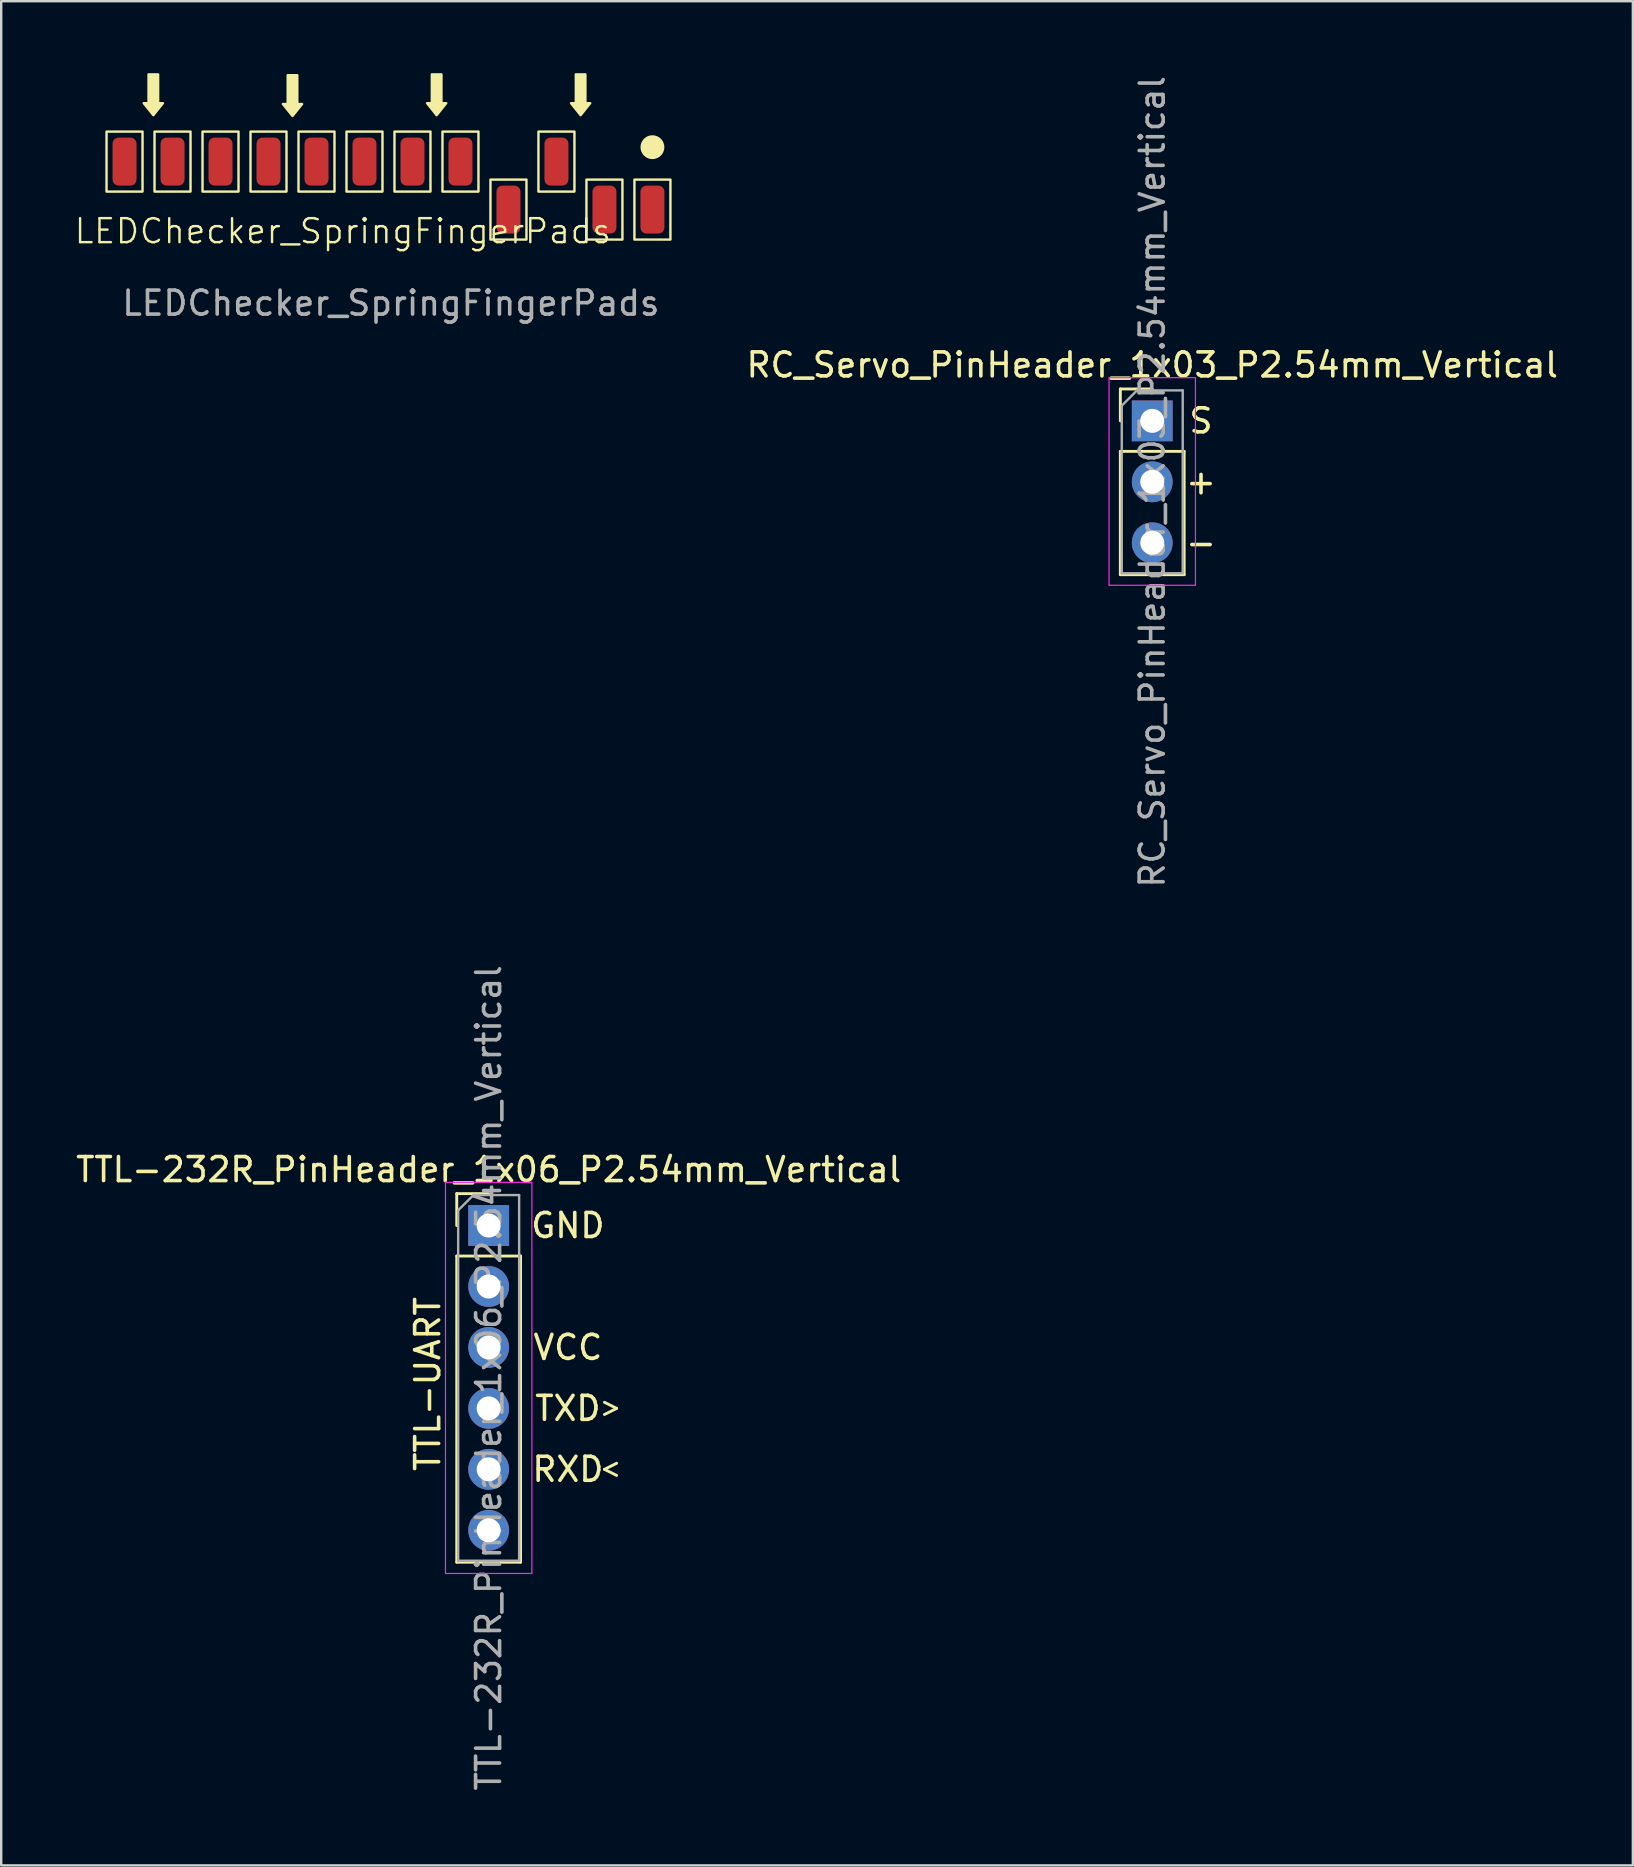
<source format=kicad_pcb>
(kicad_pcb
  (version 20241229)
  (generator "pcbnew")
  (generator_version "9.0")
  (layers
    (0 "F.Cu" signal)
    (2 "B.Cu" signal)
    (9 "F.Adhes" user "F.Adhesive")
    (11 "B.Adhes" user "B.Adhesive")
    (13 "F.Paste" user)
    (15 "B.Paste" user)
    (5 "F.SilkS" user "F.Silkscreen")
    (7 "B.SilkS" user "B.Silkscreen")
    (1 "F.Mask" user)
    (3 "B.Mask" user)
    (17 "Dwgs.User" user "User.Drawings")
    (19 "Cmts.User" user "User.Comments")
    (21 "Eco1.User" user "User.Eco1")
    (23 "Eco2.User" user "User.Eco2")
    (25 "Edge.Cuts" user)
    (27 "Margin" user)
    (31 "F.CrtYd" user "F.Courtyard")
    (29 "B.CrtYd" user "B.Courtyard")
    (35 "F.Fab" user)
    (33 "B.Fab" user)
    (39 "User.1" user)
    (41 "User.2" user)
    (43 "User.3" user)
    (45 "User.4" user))
  (footprint "RC_Servo_PinHeader_1x03_P2.54mm_Vertical"
    (layer "F.Cu")
    (at 44.97 14.49)
    (property "Reference" "RC_Servo_PinHeader_1x03_P2.54mm_Vertical" (at 0 -2.33 0) (layer "F.SilkS") (effects (font (size 1 1) (thickness 0.15))))
    (attr through_hole)
    (fp_line (start -1.33 -1.33) (end 0 -1.33) (stroke (width 0.12) (type solid)) (layer "F.SilkS"))
    (fp_line (start -1.33 0) (end -1.33 -1.33) (stroke (width 0.12) (type solid)) (layer "F.SilkS"))
    (fp_line (start -1.33 1.27) (end -1.33 6.41) (stroke (width 0.12) (type solid)) (layer "F.SilkS"))
    (fp_line (start -1.33 1.27) (end 1.33 1.27) (stroke (width 0.12) (type solid)) (layer "F.SilkS"))
    (fp_line (start -1.33 6.41) (end 1.33 6.41) (stroke (width 0.12) (type solid)) (layer "F.SilkS"))
    (fp_line (start 1.33 1.27) (end 1.33 6.41) (stroke (width 0.12) (type solid)) (layer "F.SilkS"))
    (fp_line (start -1.8 -1.8) (end -1.8 6.85) (stroke (width 0.05) (type solid)) (layer "F.CrtYd"))
    (fp_line (start -1.8 6.85) (end 1.8 6.85) (stroke (width 0.05) (type solid)) (layer "F.CrtYd"))
    (fp_line (start 1.8 -1.8) (end -1.8 -1.8) (stroke (width 0.05) (type solid)) (layer "F.CrtYd"))
    (fp_line (start 1.8 6.85) (end 1.8 -1.8) (stroke (width 0.05) (type solid)) (layer "F.CrtYd"))
    (fp_line (start -1.27 -0.635) (end -0.635 -1.27) (stroke (width 0.1) (type solid)) (layer "F.Fab"))
    (fp_line (start -1.27 6.35) (end -1.27 -0.635) (stroke (width 0.1) (type solid)) (layer "F.Fab"))
    (fp_line (start -0.635 -1.27) (end 1.27 -1.27) (stroke (width 0.1) (type solid)) (layer "F.Fab"))
    (fp_line (start 1.27 -1.27) (end 1.27 6.35) (stroke (width 0.1) (type solid)) (layer "F.Fab"))
    (fp_line (start 1.27 6.35) (end -1.27 6.35) (stroke (width 0.1) (type solid)) (layer "F.Fab"))
    (fp_text user "S" (at 2.032 0 0) (unlocked yes) (layer "F.SilkS") (effects (font (size 1 1) (thickness 0.15))))
    (fp_text user "+" (at 2.032 2.54 0) (unlocked yes) (layer "F.SilkS") (effects (font (size 1 1) (thickness 0.15))))
    (fp_text user "-" (at 2.032 5.08 0) (unlocked yes) (layer "F.SilkS") (effects (font (size 1 1) (thickness 0.15))))
    (fp_text user "${REFERENCE}" (at 0 2.54 90) (layer "F.Fab") (effects (font (size 1 1) (thickness 0.15))))
    (pad "1" thru_hole rect (at 0 0) (size 1.7 1.7) (drill 1) (layers "*.Cu" "*.Mask"))
    (pad "2" thru_hole oval (at 0 2.54) (size 1.7 1.7) (drill 1) (layers "*.Cu" "*.Mask"))
    (pad "3" thru_hole oval (at 0 5.08) (size 1.7 1.7) (drill 1) (layers "*.Cu" "*.Mask")))
  (footprint "TTL-232R_PinHeader_1x06_P2.54mm_Vertical"
    (layer "F.Cu")
    (at 17.315 48.025)
    (property "Reference" "TTL-232R_PinHeader_1x06_P2.54mm_Vertical" (at 0 -2.33 0) (layer "F.SilkS") (effects (font (size 1 1) (thickness 0.15))))
    (attr through_hole)
    (fp_line (start -1.33 -1.33) (end 0 -1.33) (stroke (width 0.12) (type solid)) (layer "F.SilkS"))
    (fp_line (start -1.33 0) (end -1.33 -1.33) (stroke (width 0.12) (type solid)) (layer "F.SilkS"))
    (fp_line (start -1.33 1.27) (end -1.33 14.03) (stroke (width 0.12) (type solid)) (layer "F.SilkS"))
    (fp_line (start -1.33 1.27) (end 1.33 1.27) (stroke (width 0.12) (type solid)) (layer "F.SilkS"))
    (fp_line (start -1.33 14.03) (end 1.33 14.03) (stroke (width 0.12) (type solid)) (layer "F.SilkS"))
    (fp_line (start 1.33 1.27) (end 1.33 14.03) (stroke (width 0.12) (type solid)) (layer "F.SilkS"))
    (fp_line (start 4.826 7.874) (end 5.334 7.62) (stroke (width 0.12) (type solid)) (layer "F.SilkS"))
    (fp_line (start 4.826 10.16) (end 5.334 10.414) (stroke (width 0.12) (type solid)) (layer "F.SilkS"))
    (fp_line (start 5.334 7.62) (end 4.826 7.366) (stroke (width 0.12) (type solid)) (layer "F.SilkS"))
    (fp_line (start 5.334 9.906) (end 4.826 10.16) (stroke (width 0.12) (type solid)) (layer "F.SilkS"))
    (fp_line (start -1.8 -1.8) (end -1.8 14.5) (stroke (width 0.05) (type solid)) (layer "F.CrtYd"))
    (fp_line (start -1.8 14.5) (end 1.8 14.5) (stroke (width 0.05) (type solid)) (layer "F.CrtYd"))
    (fp_line (start 1.8 -1.8) (end -1.8 -1.8) (stroke (width 0.05) (type solid)) (layer "F.CrtYd"))
    (fp_line (start 1.8 14.5) (end 1.8 -1.8) (stroke (width 0.05) (type solid)) (layer "F.CrtYd"))
    (fp_line (start -1.27 -0.635) (end -0.635 -1.27) (stroke (width 0.1) (type solid)) (layer "F.Fab"))
    (fp_line (start -1.27 13.97) (end -1.27 -0.635) (stroke (width 0.1) (type solid)) (layer "F.Fab"))
    (fp_line (start -0.635 -1.27) (end 1.27 -1.27) (stroke (width 0.1) (type solid)) (layer "F.Fab"))
    (fp_line (start 1.27 -1.27) (end 1.27 13.97) (stroke (width 0.1) (type solid)) (layer "F.Fab"))
    (fp_line (start 1.27 13.97) (end -1.27 13.97) (stroke (width 0.1) (type solid)) (layer "F.Fab"))
    (fp_text user "TXD" (at 3.302 7.62 0) (unlocked yes) (layer "F.SilkS") (effects (font (size 1 1) (thickness 0.15))))
    (fp_text user "TTL-UART" (at -2.54 6.604 90) (unlocked yes) (layer "F.SilkS") (effects (font (size 1 1) (thickness 0.15))))
    (fp_text user "GND" (at 3.302 0 0) (unlocked yes) (layer "F.SilkS") (effects (font (size 1 1) (thickness 0.15))))
    (fp_text user "RXD" (at 3.302 10.16 0) (unlocked yes) (layer "F.SilkS") (effects (font (size 1 1) (thickness 0.15))))
    (fp_text user "VCC" (at 3.302 5.08 0) (unlocked yes) (layer "F.SilkS") (effects (font (size 1 1) (thickness 0.15))))
    (fp_text user "${REFERENCE}" (at 0 6.35 90) (layer "F.Fab") (effects (font (size 1 1) (thickness 0.15))))
    (pad "1" thru_hole rect (at 0 0) (size 1.7 1.7) (drill 1) (layers "*.Cu" "*.Mask"))
    (pad "2" thru_hole oval (at 0 2.54) (size 1.7 1.7) (drill 1) (layers "*.Cu" "*.Mask"))
    (pad "3" thru_hole oval (at 0 5.08) (size 1.7 1.7) (drill 1) (layers "*.Cu" "*.Mask"))
    (pad "4" thru_hole oval (at 0 7.62) (size 1.7 1.7) (drill 1) (layers "*.Cu" "*.Mask"))
    (pad "5" thru_hole oval (at 0 10.16) (size 1.7 1.7) (drill 1) (layers "*.Cu" "*.Mask"))
    (pad "6" thru_hole oval (at 0 12.7) (size 1.7 1.7) (drill 1) (layers "*.Cu" "*.Mask")))
  (footprint "LEDChecker_SpringFingerPads"
    (layer "F.Cu")
    (at 2.14 3.684)
    (property "Reference" "LEDChecker_SpringFingerPads" (at 9.1 2.9 0) (unlocked yes) (layer "F.SilkS") (effects (font (size 1 1) (thickness 0.1))))
    (attr smd exclude_from_bom)
    (fp_rect (start -0.75 -1.25) (end 0.75 1.25) (stroke (width 0.1) (type default)) (fill no) (layer "F.SilkS"))
    (fp_rect (start 1.25 -1.25) (end 2.75 1.25) (stroke (width 0.1) (type default)) (fill no) (layer "F.SilkS"))
    (fp_rect (start 3.25 -1.25) (end 4.75 1.25) (stroke (width 0.1) (type default)) (fill no) (layer "F.SilkS"))
    (fp_rect (start 5.25 -1.25) (end 6.75 1.25) (stroke (width 0.1) (type default)) (fill no) (layer "F.SilkS"))
    (fp_rect (start 7.25 -1.25) (end 8.75 1.25) (stroke (width 0.1) (type default)) (fill no) (layer "F.SilkS"))
    (fp_rect (start 9.25 -1.25) (end 10.75 1.25) (stroke (width 0.1) (type default)) (fill no) (layer "F.SilkS"))
    (fp_rect (start 11.25 -1.25) (end 12.75 1.25) (stroke (width 0.1) (type default)) (fill no) (layer "F.SilkS"))
    (fp_rect (start 13.25 -1.25) (end 14.75 1.25) (stroke (width 0.1) (type default)) (fill no) (layer "F.SilkS"))
    (fp_rect (start 15.25 0.75) (end 16.75 3.25) (stroke (width 0.1) (type default)) (fill no) (layer "F.SilkS"))
    (fp_rect (start 17.25 -1.25) (end 18.75 1.25) (stroke (width 0.1) (type default)) (fill no) (layer "F.SilkS"))
    (fp_rect (start 19.25 0.75) (end 20.75 3.25) (stroke (width 0.1) (type default)) (fill no) (layer "F.SilkS"))
    (fp_rect (start 21.25 0.75) (end 22.75 3.25) (stroke (width 0.1) (type default)) (fill no) (layer "F.SilkS"))
    (fp_circle (center 22 -0.6) (end 21.8 -0.2) (stroke (width 0.1) (type solid)) (fill yes) (layer "F.SilkS"))
    (fp_poly (pts (xy 1 -3.634) (xy 1.4 -3.634) (xy 1.4 -2.434) (xy 1.6 -2.434) (xy 1.2 -1.934) (xy 0.8 -2.434) (xy 1 -2.434)) (stroke (width 0.1) (type solid)) (fill yes) (layer "F.SilkS"))
    (fp_poly (pts (xy 6.8 -3.6) (xy 7.2 -3.6) (xy 7.2 -2.4) (xy 7.4 -2.4) (xy 7 -1.9) (xy 6.6 -2.4) (xy 6.8 -2.4)) (stroke (width 0.1) (type solid)) (fill yes) (layer "F.SilkS"))
    (fp_poly (pts (xy 12.807 -3.634) (xy 13.207 -3.634) (xy 13.207 -2.434) (xy 13.407 -2.434) (xy 13.007 -1.934) (xy 12.607 -2.434) (xy 12.807 -2.434)) (stroke (width 0.1) (type solid)) (fill yes) (layer "F.SilkS"))
    (fp_poly (pts (xy 18.807 -3.634) (xy 19.207 -3.634) (xy 19.207 -2.434) (xy 19.407 -2.434) (xy 19.007 -1.934) (xy 18.607 -2.434) (xy 18.807 -2.434)) (stroke (width 0.1) (type solid)) (fill yes) (layer "F.SilkS"))
    (fp_text user "${REFERENCE}" (at 11.1 5.9 0) (unlocked yes) (layer "F.Fab") (effects (font (size 1 1) (thickness 0.15))))
    (pad "1" smd roundrect (at 22 2 270) (size 2 1) (layers "F.Cu" "F.Mask") (roundrect_rratio 0.25))
    (pad "2" smd roundrect (at 20 2 270) (size 2 1) (layers "F.Cu" "F.Mask") (roundrect_rratio 0.25))
    (pad "3" smd roundrect (at 18 0 270) (size 2 1) (layers "F.Cu" "F.Mask") (roundrect_rratio 0.25))
    (pad "4" smd roundrect (at 16 2 270) (size 2 1) (layers "F.Cu" "F.Mask") (roundrect_rratio 0.25))
    (pad "5" smd roundrect (at 14 0 270) (size 2 1) (layers "F.Cu" "F.Mask") (roundrect_rratio 0.25))
    (pad "6" smd roundrect (at 12 0 270) (size 2 1) (layers "F.Cu" "F.Mask") (roundrect_rratio 0.25))
    (pad "7" smd roundrect (at 10 0 270) (size 2 1) (layers "F.Cu" "F.Mask") (roundrect_rratio 0.25))
    (pad "8" smd roundrect (at 8 0 270) (size 2 1) (layers "F.Cu" "F.Mask") (roundrect_rratio 0.25))
    (pad "9" smd roundrect (at 6 0 270) (size 2 1) (layers "F.Cu" "F.Mask") (roundrect_rratio 0.25))
    (pad "10" smd roundrect (at 4 0 270) (size 2 1) (layers "F.Cu" "F.Mask") (roundrect_rratio 0.25))
    (pad "11" smd roundrect (at 2 0 270) (size 2 1) (layers "F.Cu" "F.Mask") (roundrect_rratio 0.25))
    (pad "12" smd roundrect (at 0 0 270) (size 2 1) (layers "F.Cu" "F.Mask") (roundrect_rratio 0.25)))
  (gr_rect
    (start -3 -3)
    (end 65 74.69)
    (stroke (width 0.1) (type default))
    (fill no)
    (layer "Edge.Cuts")))
</source>
